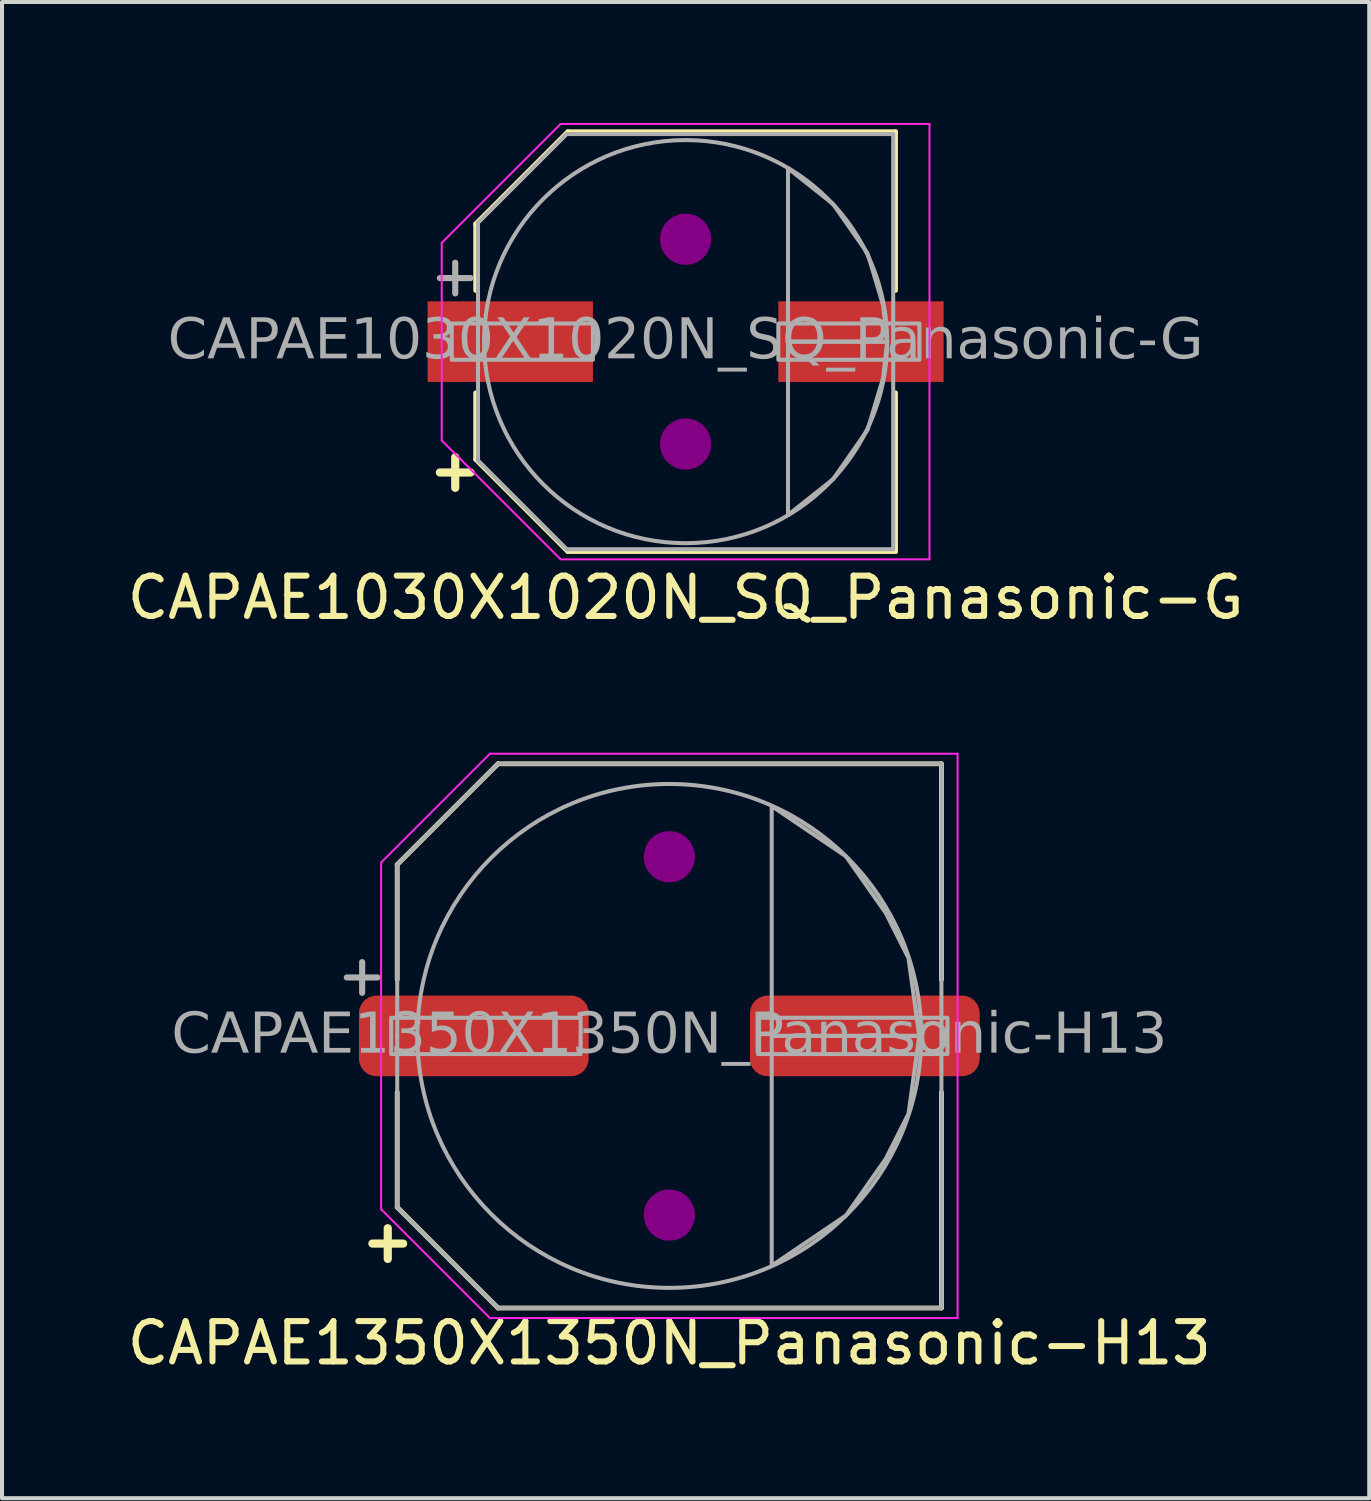
<source format=kicad_pcb>
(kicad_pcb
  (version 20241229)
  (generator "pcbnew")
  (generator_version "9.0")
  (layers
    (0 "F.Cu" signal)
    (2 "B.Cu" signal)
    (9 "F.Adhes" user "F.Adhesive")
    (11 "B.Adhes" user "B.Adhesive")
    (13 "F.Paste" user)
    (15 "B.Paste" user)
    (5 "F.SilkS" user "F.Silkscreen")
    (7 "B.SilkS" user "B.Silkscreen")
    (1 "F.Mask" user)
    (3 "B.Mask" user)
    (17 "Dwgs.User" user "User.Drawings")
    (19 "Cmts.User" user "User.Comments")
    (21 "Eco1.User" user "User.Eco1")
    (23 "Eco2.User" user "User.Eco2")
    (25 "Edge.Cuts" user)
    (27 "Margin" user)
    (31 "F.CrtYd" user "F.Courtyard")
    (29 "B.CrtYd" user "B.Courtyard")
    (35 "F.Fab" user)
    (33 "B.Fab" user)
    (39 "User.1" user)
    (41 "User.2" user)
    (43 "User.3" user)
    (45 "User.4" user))
  (footprint "CAPAE1030X1020N_SQ_Panasonic-G"
    (layer "F.Cu")
    (at 13.958 5.425)
    (property "Reference" "CAPAE1030X1020N_SQ_Panasonic-G" (at 0 6.35 0) (layer "F.SilkS") (effects (font (size 1 1) (thickness 0.15))))
    (attr smd)
    (fp_line (start -5.207 -2.921) (end -2.921 -5.207) (stroke (width 0.12) (type default)) (layer "F.SilkS"))
    (fp_line (start -5.207 -1.27) (end -5.207 -2.921) (stroke (width 0.12) (type default)) (layer "F.SilkS"))
    (fp_line (start -5.207 1.27) (end -5.207 2.921) (stroke (width 0.12) (type default)) (layer "F.SilkS"))
    (fp_line (start -5.207 2.921) (end -2.921 5.207) (stroke (width 0.12) (type default)) (layer "F.SilkS"))
    (fp_line (start -2.921 -5.207) (end 5.207 -5.207) (stroke (width 0.12) (type solid)) (layer "F.SilkS"))
    (fp_line (start -2.921 5.207) (end 5.207 5.207) (stroke (width 0.12) (type solid)) (layer "F.SilkS"))
    (fp_line (start 5.207 -1.27) (end 5.207 -5.207) (stroke (width 0.12) (type solid)) (layer "F.SilkS"))
    (fp_line (start 5.207 1.27) (end 5.207 5.207) (stroke (width 0.12) (type solid)) (layer "F.SilkS"))
    (fp_circle (center 0 -2.54) (end 0.635 -2.54) (stroke (width 0) (type solid)) (fill yes) (layer "F.Adhes"))
    (fp_circle (center 0 2.54) (end 0.635 2.54) (stroke (width 0) (type solid)) (fill yes) (layer "F.Adhes"))
    (fp_line (start -6.05 -2.45) (end -6.05 0) (stroke (width 0.05) (type solid)) (layer "F.CrtYd"))
    (fp_line (start -6.05 2.45) (end -6.05 0) (stroke (width 0.05) (type solid)) (layer "F.CrtYd"))
    (fp_line (start -3.1 -5.4) (end -6.05 -2.45) (stroke (width 0.05) (type default)) (layer "F.CrtYd"))
    (fp_line (start -3.1 -5.4) (end 6.05 -5.4) (stroke (width 0.05) (type solid)) (layer "F.CrtYd"))
    (fp_line (start -3.1 5.4) (end -6.05 2.45) (stroke (width 0.05) (type default)) (layer "F.CrtYd"))
    (fp_line (start -3.1 5.4) (end 6.05 5.4) (stroke (width 0.05) (type solid)) (layer "F.CrtYd"))
    (fp_line (start 6.05 -5.4) (end 6.05 0) (stroke (width 0.05) (type solid)) (layer "F.CrtYd"))
    (fp_line (start 6.05 5.4) (end 6.05 0) (stroke (width 0.05) (type solid)) (layer "F.CrtYd"))
    (fp_line (start -5.15 -2.95) (end -5.15 0) (stroke (width 0.1) (type solid)) (layer "F.Fab"))
    (fp_line (start -5.15 2.95) (end -5.15 0) (stroke (width 0.1) (type solid)) (layer "F.Fab"))
    (fp_line (start -2.95 -5.15) (end -5.15 -2.95) (stroke (width 0.1) (type solid)) (layer "F.Fab"))
    (fp_line (start -2.95 -5.15) (end 5.15 -5.15) (stroke (width 0.1) (type solid)) (layer "F.Fab"))
    (fp_line (start -2.95 5.15) (end -5.15 2.95) (stroke (width 0.1) (type solid)) (layer "F.Fab"))
    (fp_line (start -2.95 5.15) (end 5.15 5.15) (stroke (width 0.1) (type solid)) (layer "F.Fab"))
    (fp_line (start 5.15 -5.15) (end 5.15 0) (stroke (width 0.1) (type solid)) (layer "F.Fab"))
    (fp_line (start 5.15 5.15) (end 5.15 0) (stroke (width 0.1) (type solid)) (layer "F.Fab"))
    (fp_rect (start -5.8 0.45) (end -2.3 -0.45) (stroke (width 0.1) (type solid)) (fill no) (layer "F.Fab"))
    (fp_rect (start 2.3 0.45) (end 5.8 -0.45) (stroke (width 0.1) (type solid)) (fill no) (layer "F.Fab"))
    (fp_circle (center 0 0) (end 5 0) (stroke (width 0.1) (type default)) (fill no) (layer "F.Fab"))
    (fp_poly (pts (xy 2.54 -4.3) (xy 3.66 -3.412) (xy 4.513 -2.191) (xy 4.9 -0.9) (xy 5 0) (xy 2.54 0)) (stroke (width 0.1) (type solid)) (fill no) (layer "F.Fab"))
    (fp_poly (pts (xy 2.54 4.3) (xy 3.66 3.412) (xy 4.513 2.191) (xy 4.9 0.9) (xy 5 0) (xy 2.54 0)) (stroke (width 0.1) (type solid)) (fill no) (layer "F.Fab"))
    (fp_text user "+" (at -5.715 3.175 0) (unlocked yes) (layer "F.SilkS") (effects (font (size 1 1) (thickness 0.203) (bold yes))))
    (fp_text user "+" (at -5.715 -1.651 0) (unlocked yes) (layer "F.Fab") (effects (font (size 1 1) (thickness 0.152))))
    (fp_text user "${REFERENCE}" (at 0 0 0) (layer "F.Fab") (effects (font (face "Tahoma") (size 1 1) (thickness 0.15))))
    (pad "1" smd rect (at -4.35 0) (size 4.1 2) (layers "F.Cu" "F.Mask" "F.Paste"))
    (pad "2" smd rect (at 4.35 0) (size 4.1 2) (layers "F.Cu" "F.Mask" "F.Paste")))
  (footprint "CAPAE1350X1350N_Panasonic-H13"
    (layer "F.Cu")
    (at 13.554 22.648)
    (property "Reference" "CAPAE1350X1350N_Panasonic-H13" (at 0 7.62 0) (layer "F.SilkS") (effects (font (size 1 1) (thickness 0.15))))
    (attr smd)
    (fp_line (start -6.75 -4.25) (end -4.25 -6.75) (stroke (width 0.12) (type default)) (layer "F.SilkS"))
    (fp_line (start -6.75 -1.397) (end -6.75 -4.25) (stroke (width 0.12) (type default)) (layer "F.SilkS"))
    (fp_line (start -6.75 1.397) (end -6.75 4.25) (stroke (width 0.12) (type default)) (layer "F.SilkS"))
    (fp_line (start -6.75 4.25) (end -4.25 6.75) (stroke (width 0.12) (type default)) (layer "F.SilkS"))
    (fp_line (start -4.25 -6.75) (end 6.75 -6.75) (stroke (width 0.12) (type solid)) (layer "F.SilkS"))
    (fp_line (start -4.25 6.75) (end 6.75 6.75) (stroke (width 0.12) (type solid)) (layer "F.SilkS"))
    (fp_line (start 6.75 -1.397) (end 6.75 -6.75) (stroke (width 0.12) (type solid)) (layer "F.SilkS"))
    (fp_line (start 6.75 1.397) (end 6.75 6.75) (stroke (width 0.12) (type solid)) (layer "F.SilkS"))
    (fp_circle (center 0 -4.445) (end 0.635 -4.445) (stroke (width 0) (type solid)) (fill yes) (layer "F.Adhes"))
    (fp_circle (center 0 4.445) (end 0.635 4.445) (stroke (width 0) (type solid)) (fill yes) (layer "F.Adhes"))
    (fp_line (start -7.15 -4.3) (end -7.15 0) (stroke (width 0.05) (type solid)) (layer "F.CrtYd"))
    (fp_line (start -7.15 4.3) (end -7.15 0) (stroke (width 0.05) (type solid)) (layer "F.CrtYd"))
    (fp_line (start -4.45 -7) (end -7.15 -4.3) (stroke (width 0.05) (type default)) (layer "F.CrtYd"))
    (fp_line (start -4.45 -7) (end 7.15 -7) (stroke (width 0.05) (type solid)) (layer "F.CrtYd"))
    (fp_line (start -4.45 7) (end -7.15 4.3) (stroke (width 0.05) (type default)) (layer "F.CrtYd"))
    (fp_line (start -4.45 7) (end 7.15 7) (stroke (width 0.05) (type solid)) (layer "F.CrtYd"))
    (fp_line (start 7.15 -7) (end 7.15 0) (stroke (width 0.05) (type solid)) (layer "F.CrtYd"))
    (fp_line (start 7.15 7) (end 7.15 0) (stroke (width 0.05) (type solid)) (layer "F.CrtYd"))
    (fp_line (start -6.75 -4.25) (end -6.75 0) (stroke (width 0.1) (type solid)) (layer "F.Fab"))
    (fp_line (start -6.75 -4.25) (end -4.249 -6.75) (stroke (width 0.1) (type default)) (layer "F.Fab"))
    (fp_line (start -6.75 4.25) (end -6.75 0) (stroke (width 0.1) (type solid)) (layer "F.Fab"))
    (fp_line (start -6.75 4.25) (end -4.249 6.75) (stroke (width 0.1) (type default)) (layer "F.Fab"))
    (fp_line (start -4.249 -6.75) (end 6.75 -6.75) (stroke (width 0.1) (type solid)) (layer "F.Fab"))
    (fp_line (start -4.249 6.75) (end 6.75 6.75) (stroke (width 0.1) (type solid)) (layer "F.Fab"))
    (fp_line (start 6.75 -6.75) (end 6.75 0) (stroke (width 0.1) (type solid)) (layer "F.Fab"))
    (fp_line (start 6.75 6.75) (end 6.75 0) (stroke (width 0.1) (type solid)) (layer "F.Fab"))
    (fp_rect (start -6.9 0.45) (end -2.2 -0.45) (stroke (width 0.1) (type solid)) (fill no) (layer "F.Fab"))
    (fp_rect (start 2.2 0.45) (end 6.9 -0.45) (stroke (width 0.1) (type solid)) (fill no) (layer "F.Fab"))
    (fp_circle (center 0 0) (end 6.25 0) (stroke (width 0.1) (type default)) (fill no) (layer "F.Fab"))
    (fp_poly (pts (xy 2.54 -5.7) (xy 4.383 -4.454) (xy 5.37 -3.048) (xy 5.933 -1.933) (xy 6.2 0) (xy 2.54 0)) (stroke (width 0.1) (type solid)) (fill no) (layer "F.Fab"))
    (fp_poly (pts (xy 2.54 5.7) (xy 4.383 4.454) (xy 5.37 3.048) (xy 5.933 1.933) (xy 6.2 0) (xy 2.54 0)) (stroke (width 0.1) (type solid)) (fill no) (layer "F.Fab"))
    (fp_text user "+" (at -6.985 5.08 0) (unlocked yes) (layer "F.SilkS") (effects (font (size 1 1) (thickness 0.203) (bold yes))))
    (fp_text user "${REFERENCE}" (at 0 0 0) (layer "F.Fab") (effects (font (face "Tahoma") (size 1 1) (thickness 0.15))))
    (fp_text user "+" (at -7.62 -1.524 0) (unlocked yes) (layer "F.Fab") (effects (font (size 1 1) (thickness 0.152))))
    (pad "1" smd roundrect (at -4.85 0) (size 5.7 2) (layers "F.Cu" "F.Mask" "F.Paste") (roundrect_rratio 0.217))
    (pad "2" smd roundrect (at 4.85 0) (size 5.7 2) (layers "F.Cu" "F.Mask" "F.Paste") (roundrect_rratio 0.217)))
  (gr_rect
    (start -3 -3)
    (end 30.917 34.117)
    (stroke (width 0.1) (type default))
    (fill no)
    (layer "Edge.Cuts")))
</source>
